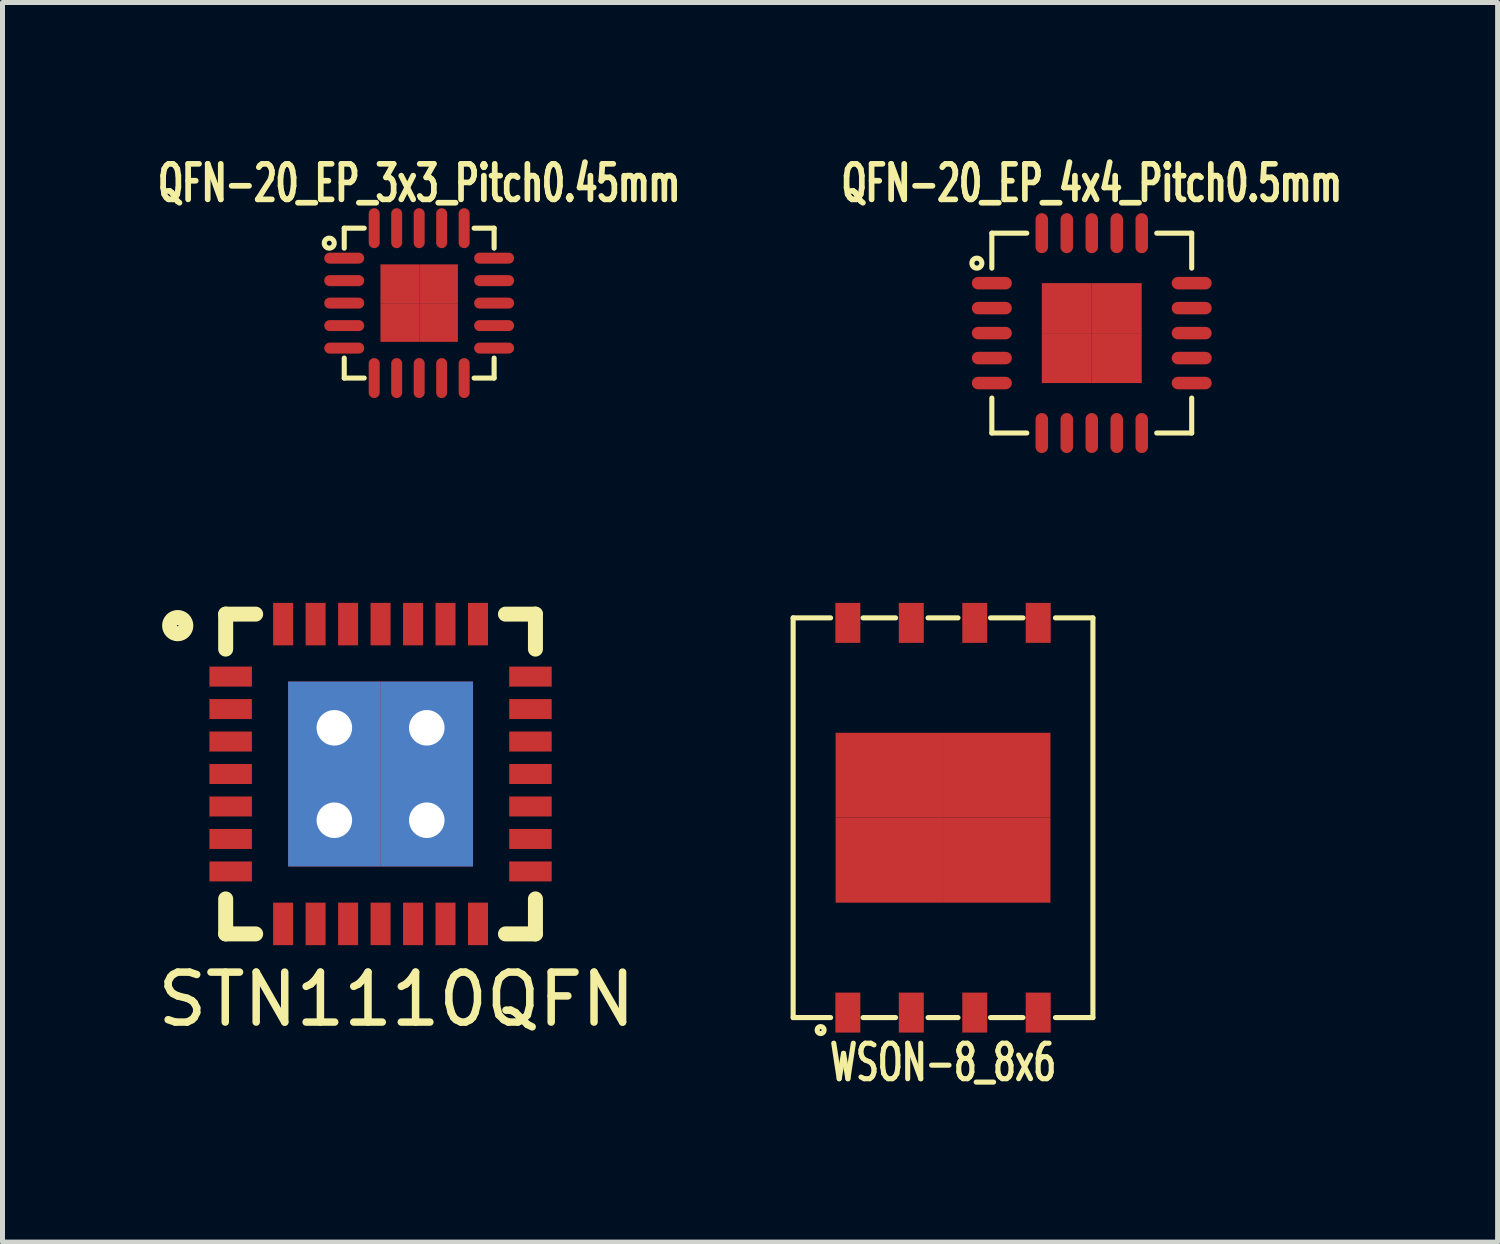
<source format=kicad_pcb>
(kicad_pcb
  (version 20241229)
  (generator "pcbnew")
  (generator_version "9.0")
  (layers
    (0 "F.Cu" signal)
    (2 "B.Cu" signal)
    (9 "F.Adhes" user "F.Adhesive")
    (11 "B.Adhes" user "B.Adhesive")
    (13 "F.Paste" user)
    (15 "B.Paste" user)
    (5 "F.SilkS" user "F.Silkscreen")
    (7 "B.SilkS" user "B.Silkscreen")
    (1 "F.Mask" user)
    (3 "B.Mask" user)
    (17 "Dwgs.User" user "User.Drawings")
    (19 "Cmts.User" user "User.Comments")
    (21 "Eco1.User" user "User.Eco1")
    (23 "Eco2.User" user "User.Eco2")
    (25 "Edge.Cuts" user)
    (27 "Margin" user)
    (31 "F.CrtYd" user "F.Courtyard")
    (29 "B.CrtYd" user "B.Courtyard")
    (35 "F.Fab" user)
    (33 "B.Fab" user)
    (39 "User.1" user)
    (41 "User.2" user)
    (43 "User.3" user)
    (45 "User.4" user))
  (footprint "QFN-20_EP_3x3_Pitch0.45mm"
    (layer "F.Cu")
    (at 5.34 3.017)
    (property "Reference" "QFN-20_EP_3x3_Pitch0.45mm" (at 0 -2.4 0) (layer "F.SilkS") (effects (font (size 0.711 0.457) (thickness 0.114))))
    (attr smd)
    (fp_line (start -1.5 -1.5) (end -1.5 -1.1) (stroke (width 0.102) (type solid)) (layer "F.SilkS"))
    (fp_line (start -1.5 -1.5) (end -1.1 -1.5) (stroke (width 0.102) (type solid)) (layer "F.SilkS"))
    (fp_line (start -1.5 1.5) (end -1.5 1.1) (stroke (width 0.102) (type solid)) (layer "F.SilkS"))
    (fp_line (start -1.5 1.5) (end -1.1 1.5) (stroke (width 0.102) (type solid)) (layer "F.SilkS"))
    (fp_line (start 1.5 -1.5) (end 1.1 -1.5) (stroke (width 0.102) (type solid)) (layer "F.SilkS"))
    (fp_line (start 1.5 -1.5) (end 1.5 -1.1) (stroke (width 0.102) (type solid)) (layer "F.SilkS"))
    (fp_line (start 1.5 1.5) (end 1.1 1.5) (stroke (width 0.102) (type solid)) (layer "F.SilkS"))
    (fp_line (start 1.5 1.5) (end 1.5 1.1) (stroke (width 0.102) (type solid)) (layer "F.SilkS"))
    (fp_circle (center -1.8 -1.2) (end -1.8 -1.3) (stroke (width 0.102) (type solid)) (fill no) (layer "F.SilkS"))
    (pad "1" smd oval (at -1.5 -0.9 90) (size 0.22 0.8) (layers "F.Cu" "F.Mask" "F.Paste"))
    (pad "2" smd oval (at -1.5 -0.45 90) (size 0.22 0.8) (layers "F.Cu" "F.Mask" "F.Paste"))
    (pad "3" smd oval (at -1.5 0 90) (size 0.22 0.8) (layers "F.Cu" "F.Mask" "F.Paste"))
    (pad "4" smd oval (at -1.5 0.45 90) (size 0.22 0.8) (layers "F.Cu" "F.Mask" "F.Paste"))
    (pad "5" smd oval (at -1.5 0.9 90) (size 0.22 0.8) (layers "F.Cu" "F.Mask" "F.Paste"))
    (pad "6" smd oval (at -0.9 1.5) (size 0.22 0.8) (layers "F.Cu" "F.Mask" "F.Paste"))
    (pad "7" smd oval (at -0.45 1.5) (size 0.22 0.8) (layers "F.Cu" "F.Mask" "F.Paste"))
    (pad "8" smd oval (at 0 1.5) (size 0.22 0.8) (layers "F.Cu" "F.Mask" "F.Paste"))
    (pad "9" smd oval (at 0.45 1.5) (size 0.22 0.8) (layers "F.Cu" "F.Mask" "F.Paste"))
    (pad "10" smd oval (at 0.9 1.5) (size 0.22 0.8) (layers "F.Cu" "F.Mask" "F.Paste"))
    (pad "11" smd oval (at 1.5 0.9 90) (size 0.22 0.8) (layers "F.Cu" "F.Mask" "F.Paste"))
    (pad "12" smd oval (at 1.5 0.45 90) (size 0.22 0.8) (layers "F.Cu" "F.Mask" "F.Paste"))
    (pad "13" smd oval (at 1.5 0 90) (size 0.22 0.8) (layers "F.Cu" "F.Mask" "F.Paste"))
    (pad "14" smd oval (at 1.5 -0.45 90) (size 0.22 0.8) (layers "F.Cu" "F.Mask" "F.Paste"))
    (pad "15" smd oval (at 1.5 -0.9 90) (size 0.22 0.8) (layers "F.Cu" "F.Mask" "F.Paste"))
    (pad "16" smd oval (at 0.9 -1.5) (size 0.22 0.8) (layers "F.Cu" "F.Mask" "F.Paste"))
    (pad "17" smd oval (at 0.45 -1.5) (size 0.22 0.8) (layers "F.Cu" "F.Mask" "F.Paste"))
    (pad "18" smd oval (at 0 -1.5) (size 0.22 0.8) (layers "F.Cu" "F.Mask" "F.Paste"))
    (pad "19" smd oval (at -0.45 -1.5) (size 0.22 0.8) (layers "F.Cu" "F.Mask" "F.Paste"))
    (pad "20" smd oval (at -0.9 -1.5) (size 0.22 0.8) (layers "F.Cu" "F.Mask" "F.Paste"))
    (pad "21" smd rect (at -0.388 -0.388) (size 0.775 0.775) (layers "F.Cu" "F.Mask" "F.Paste"))
    (pad "21" smd rect (at -0.388 0.388) (size 0.775 0.775) (layers "F.Cu" "F.Mask" "F.Paste"))
    (pad "21" smd rect (at 0.388 -0.388) (size 0.775 0.775) (layers "F.Cu" "F.Mask" "F.Paste"))
    (pad "21" smd rect (at 0.388 0.388) (size 0.775 0.775) (layers "F.Cu" "F.Mask" "F.Paste")))
  (footprint "STN1110QFN"
    (layer "F.Cu")
    (at 4.567 12.442)
    (property "Reference" "STN1110QFN" (at 0.32 4.51 0) (layer "F.SilkS") (effects (font (size 1 1) (thickness 0.15))))
    (attr through_hole)
    (fp_line (start -3.1 -3.2) (end -3.1 -2.5) (stroke (width 0.3) (type solid)) (layer "F.SilkS"))
    (fp_line (start -3.1 2.5) (end -3.1 3.2) (stroke (width 0.3) (type solid)) (layer "F.SilkS"))
    (fp_line (start -2.5 -3.2) (end -3.1 -3.2) (stroke (width 0.3) (type solid)) (layer "F.SilkS"))
    (fp_line (start -2.5 3.2) (end -3.1 3.2) (stroke (width 0.3) (type solid)) (layer "F.SilkS"))
    (fp_line (start 3.1 -3.2) (end 2.5 -3.2) (stroke (width 0.3) (type solid)) (layer "F.SilkS"))
    (fp_line (start 3.1 -3.2) (end 3.1 -2.5) (stroke (width 0.3) (type solid)) (layer "F.SilkS"))
    (fp_line (start 3.1 2.5) (end 3.1 3.2) (stroke (width 0.3) (type solid)) (layer "F.SilkS"))
    (fp_line (start 3.1 3.2) (end 2.5 3.2) (stroke (width 0.3) (type solid)) (layer "F.SilkS"))
    (fp_circle (center -4.06 -2.97) (end -3.95 -2.85) (stroke (width 0.3) (type solid)) (fill no) (layer "F.SilkS"))
    (pad "1" smd rect (at -3 -1.95) (size 0.85 0.4) (layers "F.Cu" "F.Mask" "F.Paste"))
    (pad "2" smd rect (at -3 -1.3) (size 0.85 0.4) (layers "F.Cu" "F.Mask" "F.Paste"))
    (pad "3" smd rect (at -3 -0.65) (size 0.85 0.4) (layers "F.Cu" "F.Mask" "F.Paste"))
    (pad "4" smd rect (at -3 0) (size 0.85 0.4) (layers "F.Cu" "F.Mask" "F.Paste"))
    (pad "5" smd rect (at -3 0.65) (size 0.85 0.4) (layers "F.Cu" "F.Mask" "F.Paste"))
    (pad "6" smd rect (at -3 1.3) (size 0.85 0.4) (layers "F.Cu" "F.Mask" "F.Paste"))
    (pad "7" smd rect (at -3 1.95) (size 0.85 0.4) (layers "F.Cu" "F.Mask" "F.Paste"))
    (pad "8" smd rect (at -1.95 3 90) (size 0.85 0.4) (layers "F.Cu" "F.Mask" "F.Paste"))
    (pad "9" smd rect (at -1.3 3 90) (size 0.85 0.4) (layers "F.Cu" "F.Mask" "F.Paste"))
    (pad "10" smd rect (at -0.65 3 90) (size 0.85 0.4) (layers "F.Cu" "F.Mask" "F.Paste"))
    (pad "11" smd rect (at 0 3 90) (size 0.85 0.4) (layers "F.Cu" "F.Mask" "F.Paste"))
    (pad "12" smd rect (at 0.65 3 90) (size 0.85 0.4) (layers "F.Cu" "F.Mask" "F.Paste"))
    (pad "13" smd rect (at 1.3 3 90) (size 0.85 0.4) (layers "F.Cu" "F.Mask" "F.Paste"))
    (pad "14" smd rect (at 1.95 3 90) (size 0.85 0.4) (layers "F.Cu" "F.Mask" "F.Paste"))
    (pad "15" smd rect (at 3 1.95) (size 0.85 0.4) (layers "F.Cu" "F.Mask" "F.Paste"))
    (pad "16" smd rect (at 3 1.3) (size 0.85 0.4) (layers "F.Cu" "F.Mask" "F.Paste"))
    (pad "17" smd rect (at 3 0.65) (size 0.85 0.4) (layers "F.Cu" "F.Mask" "F.Paste"))
    (pad "18" smd rect (at 3 0) (size 0.85 0.4) (layers "F.Cu" "F.Mask" "F.Paste"))
    (pad "19" smd rect (at 3 -0.65) (size 0.85 0.4) (layers "F.Cu" "F.Mask" "F.Paste"))
    (pad "20" smd rect (at 3 -1.3) (size 0.85 0.4) (layers "F.Cu" "F.Mask" "F.Paste"))
    (pad "21" smd rect (at 3 -1.95) (size 0.85 0.4) (layers "F.Cu" "F.Mask" "F.Paste"))
    (pad "22" smd rect (at 1.95 -3 90) (size 0.85 0.4) (layers "F.Cu" "F.Mask" "F.Paste"))
    (pad "23" smd rect (at 1.3 -3 90) (size 0.85 0.4) (layers "F.Cu" "F.Mask" "F.Paste"))
    (pad "24" smd rect (at 0.65 -3 90) (size 0.85 0.4) (layers "F.Cu" "F.Mask" "F.Paste"))
    (pad "25" smd rect (at 0 -3 90) (size 0.85 0.4) (layers "F.Cu" "F.Mask" "F.Paste"))
    (pad "26" smd rect (at -0.65 -3 90) (size 0.85 0.4) (layers "F.Cu" "F.Mask" "F.Paste"))
    (pad "27" smd rect (at -1.3 -3 90) (size 0.85 0.4) (layers "F.Cu" "F.Mask" "F.Paste"))
    (pad "28" smd rect (at -1.95 -3 90) (size 0.85 0.4) (layers "F.Cu" "F.Mask" "F.Paste"))
    (pad "29" thru_hole rect (at -0.925 -0.925 90) (size 1.85 1.85) (drill 0.711) (layers "*.Cu" "*.Mask"))
    (pad "29" thru_hole rect (at -0.925 0.925 90) (size 1.85 1.85) (drill 0.711) (layers "*.Cu" "*.Mask"))
    (pad "29" thru_hole rect (at 0.925 -0.925 90) (size 1.85 1.85) (drill 0.711) (layers "*.Cu" "*.Mask"))
    (pad "29" thru_hole rect (at 0.925 0.925 90) (size 1.85 1.85) (drill 0.711) (layers "*.Cu" "*.Mask")))
  (footprint "WSON-8_8x6"
    (layer "F.Cu")
    (at 15.825 13.317)
    (property "Reference" "WSON-8_8x6" (at 0 4.9 0) (layer "F.SilkS") (effects (font (size 0.711 0.457) (thickness 0.102))))
    (attr smd)
    (fp_line (start -3 -4) (end -3 4) (stroke (width 0.102) (type solid)) (layer "F.SilkS"))
    (fp_line (start -3 -4) (end -2.25 -4) (stroke (width 0.102) (type solid)) (layer "F.SilkS"))
    (fp_line (start -3 4) (end -2.25 4) (stroke (width 0.102) (type solid)) (layer "F.SilkS"))
    (fp_line (start -1.6 -4) (end -0.95 -4) (stroke (width 0.102) (type solid)) (layer "F.SilkS"))
    (fp_line (start -0.95 4) (end -1.6 4) (stroke (width 0.102) (type solid)) (layer "F.SilkS"))
    (fp_line (start -0.3 -4) (end 0.3 -4) (stroke (width 0.102) (type solid)) (layer "F.SilkS"))
    (fp_line (start 0.3 4) (end -0.3 4) (stroke (width 0.102) (type solid)) (layer "F.SilkS"))
    (fp_line (start 0.95 -4) (end 1.6 -4) (stroke (width 0.102) (type solid)) (layer "F.SilkS"))
    (fp_line (start 1.6 4) (end 0.95 4) (stroke (width 0.102) (type solid)) (layer "F.SilkS"))
    (fp_line (start 3 -4) (end 2.25 -4) (stroke (width 0.102) (type solid)) (layer "F.SilkS"))
    (fp_line (start 3 -4) (end 3 4) (stroke (width 0.102) (type solid)) (layer "F.SilkS"))
    (fp_line (start 3 4) (end 2.25 4) (stroke (width 0.102) (type solid)) (layer "F.SilkS"))
    (fp_circle (center -2.45 4.25) (end -2.4 4.2) (stroke (width 0.102) (type solid)) (fill no) (layer "F.SilkS"))
    (pad "1" smd rect (at -1.905 3.9) (size 0.5 0.8) (layers "F.Cu" "F.Mask" "F.Paste"))
    (pad "2" smd rect (at -0.635 3.9) (size 0.5 0.8) (layers "F.Cu" "F.Mask" "F.Paste"))
    (pad "3" smd rect (at 0.635 3.9) (size 0.5 0.8) (layers "F.Cu" "F.Mask" "F.Paste"))
    (pad "4" smd rect (at 1.905 3.9) (size 0.5 0.8) (layers "F.Cu" "F.Mask" "F.Paste"))
    (pad "5" smd rect (at 1.905 -3.9) (size 0.5 0.8) (layers "F.Cu" "F.Mask" "F.Paste"))
    (pad "6" smd rect (at 0.635 -3.9) (size 0.5 0.8) (layers "F.Cu" "F.Mask" "F.Paste"))
    (pad "7" smd rect (at -0.635 -3.9) (size 0.5 0.8) (layers "F.Cu" "F.Mask" "F.Paste"))
    (pad "8" smd rect (at -1.905 -3.9) (size 0.5 0.8) (layers "F.Cu" "F.Mask" "F.Paste"))
    (pad "9" smd rect (at -1.075 -0.85) (size 2.15 1.7) (layers "F.Cu" "F.Mask" "F.Paste"))
    (pad "9" smd rect (at -1.075 0.85) (size 2.15 1.7) (layers "F.Cu" "F.Mask" "F.Paste"))
    (pad "9" smd rect (at 1.075 -0.85) (size 2.15 1.7) (layers "F.Cu" "F.Mask" "F.Paste"))
    (pad "9" smd rect (at 1.075 0.85) (size 2.15 1.7) (layers "F.Cu" "F.Mask" "F.Paste")))
  (footprint "QFN-20_EP_4x4_Pitch0.5mm"
    (layer "F.Cu")
    (at 18.802 3.617)
    (property "Reference" "QFN-20_EP_4x4_Pitch0.5mm" (at 0 -3 0) (layer "F.SilkS") (effects (font (size 0.711 0.457) (thickness 0.114))))
    (attr smd)
    (fp_line (start -2 -2) (end -2 -1.3) (stroke (width 0.102) (type solid)) (layer "F.SilkS"))
    (fp_line (start -2 -2) (end -1.3 -2) (stroke (width 0.102) (type solid)) (layer "F.SilkS"))
    (fp_line (start -2 2) (end -2 1.3) (stroke (width 0.102) (type solid)) (layer "F.SilkS"))
    (fp_line (start -2 2) (end -1.3 2) (stroke (width 0.102) (type solid)) (layer "F.SilkS"))
    (fp_line (start 2 -2) (end 1.3 -2) (stroke (width 0.102) (type solid)) (layer "F.SilkS"))
    (fp_line (start 2 -2) (end 2 -1.3) (stroke (width 0.102) (type solid)) (layer "F.SilkS"))
    (fp_line (start 2 2) (end 1.3 2) (stroke (width 0.102) (type solid)) (layer "F.SilkS"))
    (fp_line (start 2 2) (end 2 1.3) (stroke (width 0.102) (type solid)) (layer "F.SilkS"))
    (fp_circle (center -2.3 -1.4) (end -2.3 -1.5) (stroke (width 0.102) (type solid)) (fill no) (layer "F.SilkS"))
    (pad "1" smd oval (at -2 -1 90) (size 0.25 0.8) (layers "F.Cu" "F.Mask" "F.Paste"))
    (pad "2" smd oval (at -2 -0.5 90) (size 0.25 0.8) (layers "F.Cu" "F.Mask" "F.Paste"))
    (pad "3" smd oval (at -2 0 90) (size 0.25 0.8) (layers "F.Cu" "F.Mask" "F.Paste"))
    (pad "4" smd oval (at -2 0.5 90) (size 0.25 0.8) (layers "F.Cu" "F.Mask" "F.Paste"))
    (pad "5" smd oval (at -2 1 90) (size 0.25 0.8) (layers "F.Cu" "F.Mask" "F.Paste"))
    (pad "6" smd oval (at -1 2) (size 0.25 0.8) (layers "F.Cu" "F.Mask" "F.Paste"))
    (pad "7" smd oval (at -0.5 2) (size 0.25 0.8) (layers "F.Cu" "F.Mask" "F.Paste"))
    (pad "8" smd oval (at 0 2) (size 0.25 0.8) (layers "F.Cu" "F.Mask" "F.Paste"))
    (pad "9" smd oval (at 0.5 2) (size 0.25 0.8) (layers "F.Cu" "F.Mask" "F.Paste"))
    (pad "10" smd oval (at 1 2) (size 0.25 0.8) (layers "F.Cu" "F.Mask" "F.Paste"))
    (pad "11" smd oval (at 2 1 90) (size 0.25 0.8) (layers "F.Cu" "F.Mask" "F.Paste"))
    (pad "12" smd oval (at 2 0.5 90) (size 0.25 0.8) (layers "F.Cu" "F.Mask" "F.Paste"))
    (pad "13" smd oval (at 2 0 90) (size 0.25 0.8) (layers "F.Cu" "F.Mask" "F.Paste"))
    (pad "14" smd oval (at 2 -0.5 90) (size 0.25 0.8) (layers "F.Cu" "F.Mask" "F.Paste"))
    (pad "15" smd oval (at 2 -1 90) (size 0.25 0.8) (layers "F.Cu" "F.Mask" "F.Paste"))
    (pad "16" smd oval (at 1 -2) (size 0.25 0.8) (layers "F.Cu" "F.Mask" "F.Paste"))
    (pad "17" smd oval (at 0.5 -2) (size 0.25 0.8) (layers "F.Cu" "F.Mask" "F.Paste"))
    (pad "18" smd oval (at 0 -2) (size 0.25 0.8) (layers "F.Cu" "F.Mask" "F.Paste"))
    (pad "19" smd oval (at -0.5 -2) (size 0.25 0.8) (layers "F.Cu" "F.Mask" "F.Paste"))
    (pad "20" smd oval (at -1 -2) (size 0.25 0.8) (layers "F.Cu" "F.Mask" "F.Paste"))
    (pad "21" smd rect (at -0.5 -0.5) (size 1 1) (layers "F.Cu" "F.Mask" "F.Paste"))
    (pad "21" smd rect (at -0.5 0.5) (size 1 1) (layers "F.Cu" "F.Mask" "F.Paste"))
    (pad "21" smd rect (at 0.5 -0.5) (size 1 1) (layers "F.Cu" "F.Mask" "F.Paste"))
    (pad "21" smd rect (at 0.5 0.5) (size 1 1) (layers "F.Cu" "F.Mask" "F.Paste")))
  (gr_rect
    (start -3 -3)
    (end 26.925 21.811)
    (stroke (width 0.1) (type default))
    (fill no)
    (layer "Edge.Cuts")))
</source>
